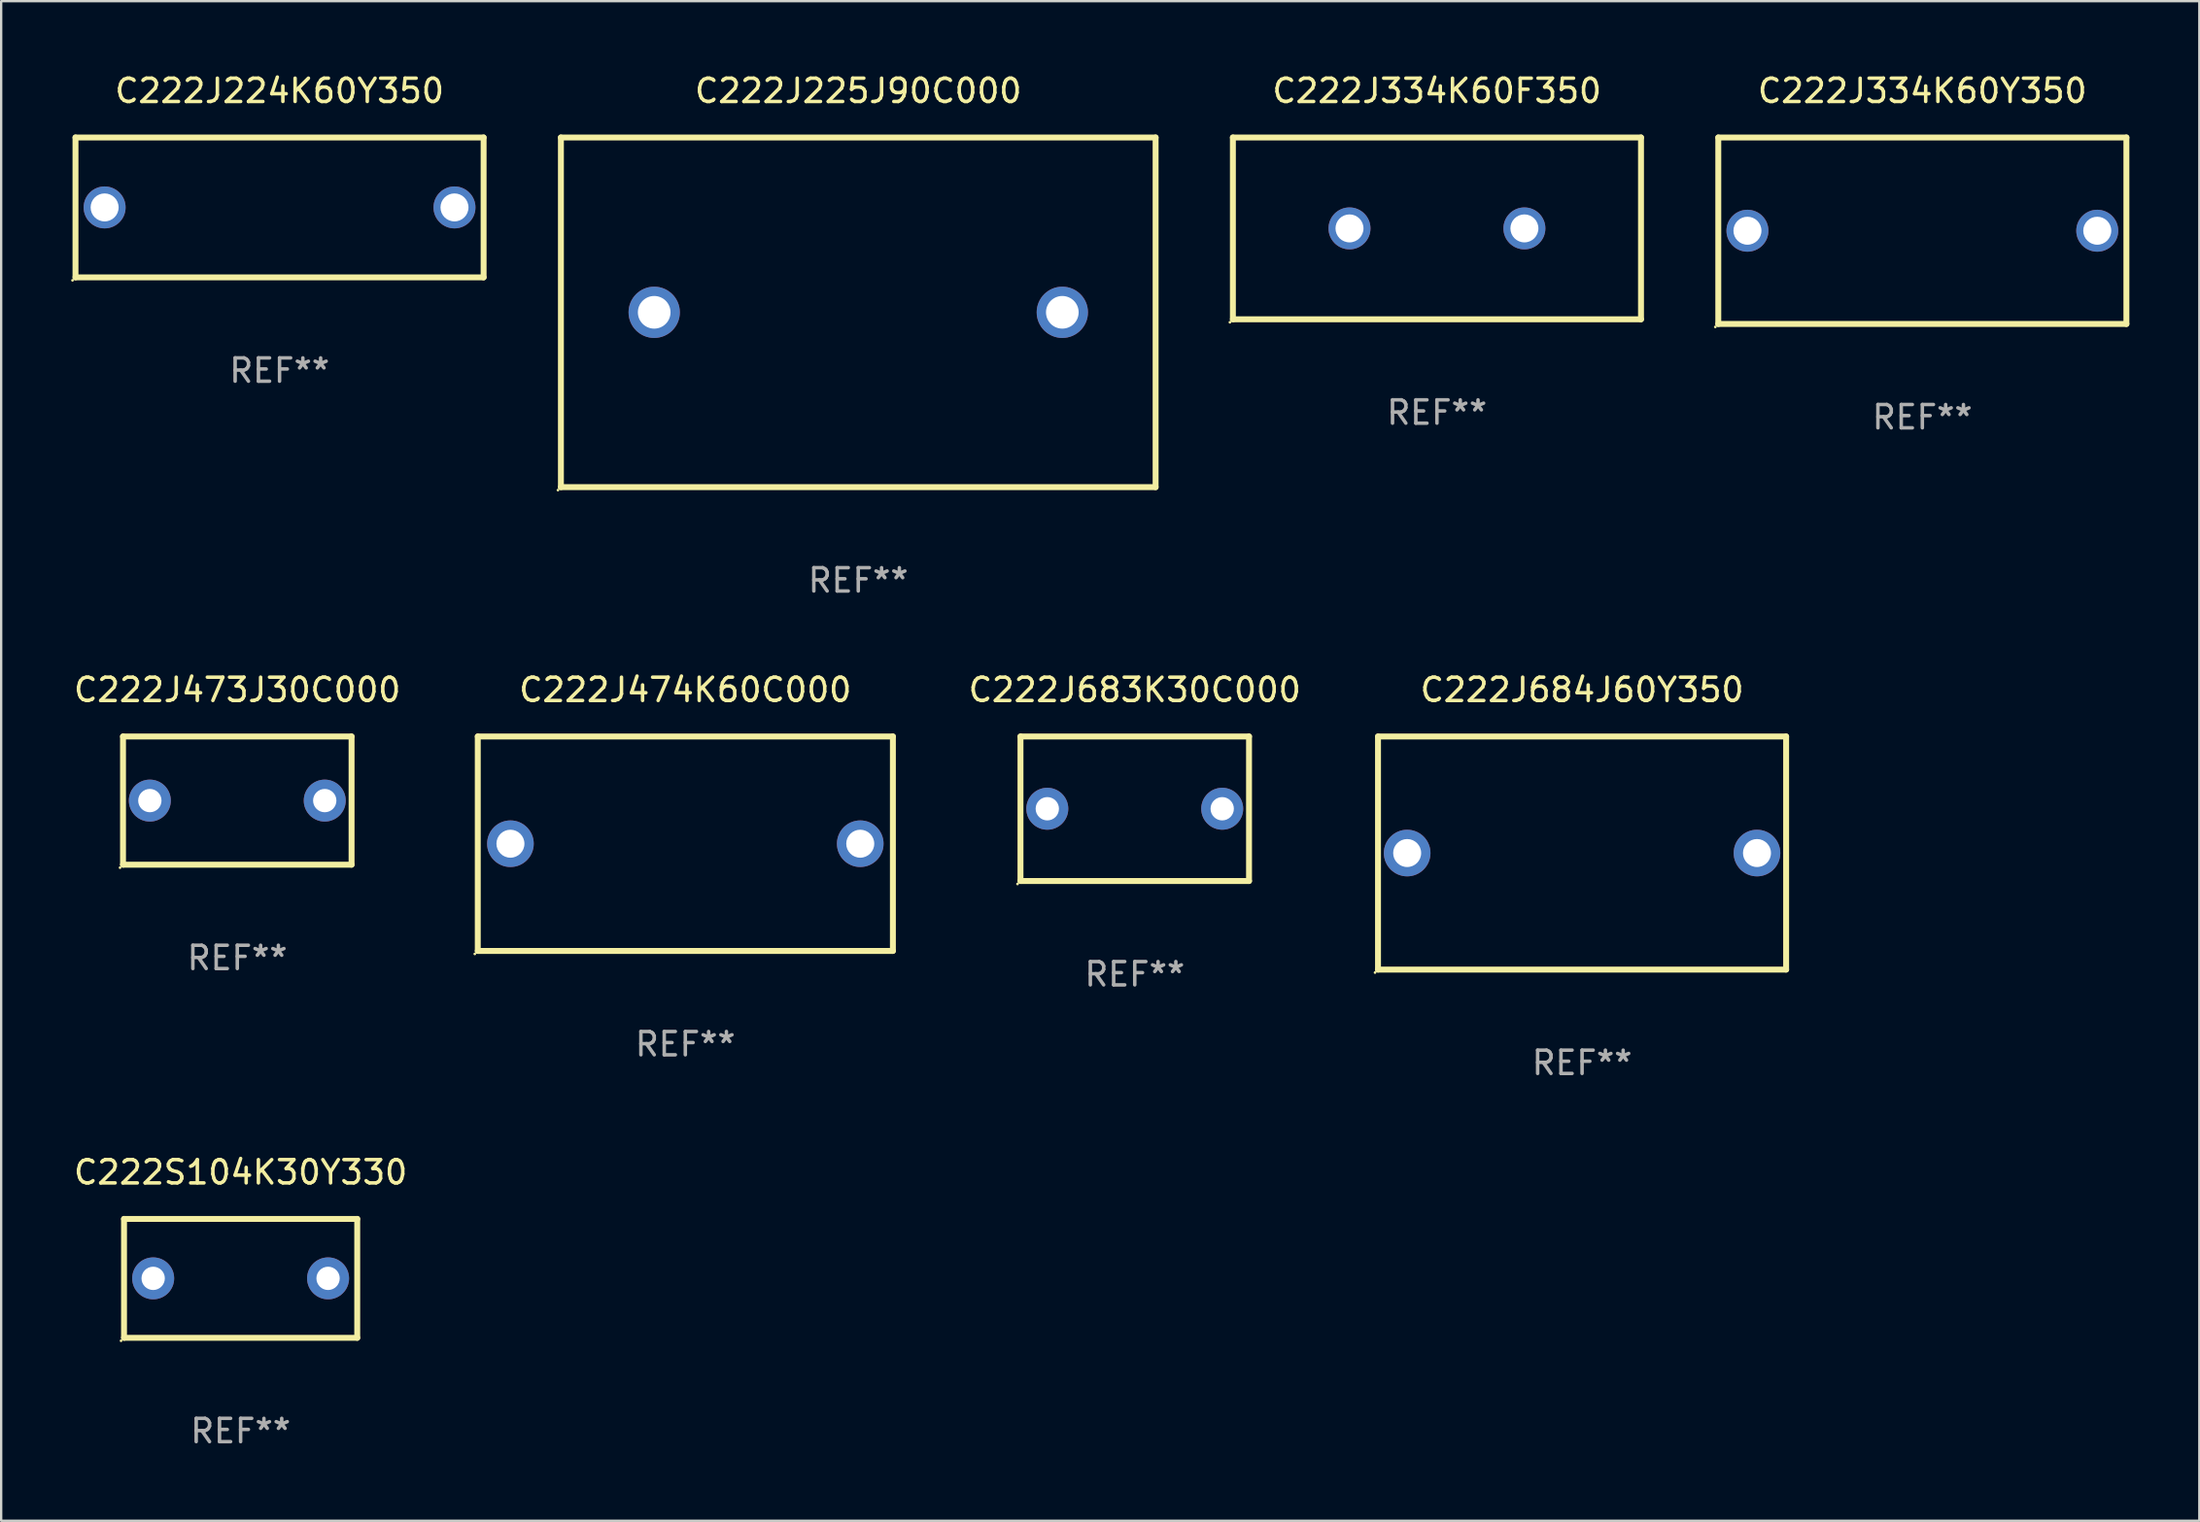
<source format=kicad_pcb>
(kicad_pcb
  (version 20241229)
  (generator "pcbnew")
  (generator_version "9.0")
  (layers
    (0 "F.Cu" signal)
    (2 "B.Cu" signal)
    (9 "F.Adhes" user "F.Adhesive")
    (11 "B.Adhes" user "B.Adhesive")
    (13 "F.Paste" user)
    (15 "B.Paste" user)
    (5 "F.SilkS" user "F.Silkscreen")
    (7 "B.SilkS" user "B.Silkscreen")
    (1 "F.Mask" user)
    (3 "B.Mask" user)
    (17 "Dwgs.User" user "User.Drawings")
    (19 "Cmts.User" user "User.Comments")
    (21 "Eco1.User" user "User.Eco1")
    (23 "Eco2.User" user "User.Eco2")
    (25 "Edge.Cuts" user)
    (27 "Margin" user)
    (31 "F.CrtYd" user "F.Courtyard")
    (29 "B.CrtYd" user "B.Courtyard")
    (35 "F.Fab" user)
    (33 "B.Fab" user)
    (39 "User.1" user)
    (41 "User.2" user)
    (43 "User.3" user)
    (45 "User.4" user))
  (footprint "C222S104K30Y330"
    (layer "F.Cu")
    (at 7.268 51.791)
    (property "Reference" "C222S104K30Y330" (at 0 -4.55 0) (layer "F.SilkS") (effects (font (size 1 1) (thickness 0.15))))
    (attr through_hole)
    (fp_line (start -5 -2.55) (end 5 -2.55) (stroke (width 0.254) (type solid)) (layer "F.SilkS"))
    (fp_line (start -5 2.55) (end -5 -2.55) (stroke (width 0.254) (type solid)) (layer "F.SilkS"))
    (fp_line (start -5 2.55) (end 5 2.55) (stroke (width 0.254) (type solid)) (layer "F.SilkS"))
    (fp_line (start 5 -2.55) (end 5 2.55) (stroke (width 0.254) (type solid)) (layer "F.SilkS"))
    (fp_circle (center -5.127 2.677) (end -5.097 2.677) (stroke (width 0.06) (type solid)) (fill no) (layer "F.SilkS"))
    (fp_text user "REF**" (at 0 6.55 0) (layer "F.Fab") (effects (font (size 1 1) (thickness 0.15))))
    (pad "1" thru_hole circle (at -3.75 0) (size 1.8 1.8) (drill 1) (layers "*.Cu" "*.Mask"))
    (pad "2" thru_hole circle (at 3.75 0) (size 1.8 1.8) (drill 1) (layers "*.Cu" "*.Mask")))
  (footprint "C222J224K60Y350"
    (layer "F.Cu")
    (at 8.937 5.848)
    (property "Reference" "C222J224K60Y350" (at 0 -5 0) (layer "F.SilkS") (effects (font (size 1 1) (thickness 0.15))))
    (attr through_hole)
    (fp_line (start -8.75 -3) (end 8.75 -3) (stroke (width 0.254) (type solid)) (layer "F.SilkS"))
    (fp_line (start -8.75 3) (end -8.75 -3) (stroke (width 0.254) (type solid)) (layer "F.SilkS"))
    (fp_line (start 8.75 -3) (end 8.75 3) (stroke (width 0.254) (type solid)) (layer "F.SilkS"))
    (fp_line (start 8.75 3) (end -8.75 3) (stroke (width 0.254) (type solid)) (layer "F.SilkS"))
    (fp_circle (center -8.877 3.127) (end -8.847 3.127) (stroke (width 0.06) (type solid)) (fill no) (layer "F.SilkS"))
    (fp_text user "REF**" (at 0 7 0) (layer "F.Fab") (effects (font (size 1 1) (thickness 0.15))))
    (pad "1" thru_hole circle (at -7.501 0) (size 1.8 1.8) (drill 1.2) (layers "*.Cu" "*.Mask"))
    (pad "2" thru_hole circle (at 7.501 0) (size 1.8 1.8) (drill 1.2) (layers "*.Cu" "*.Mask")))
  (footprint "C222J334K60F350"
    (layer "F.Cu")
    (at 58.566 6.748)
    (property "Reference" "C222J334K60F350" (at 0 -5.9 0) (layer "F.SilkS") (effects (font (size 1 1) (thickness 0.15))))
    (attr through_hole)
    (fp_line (start -8.75 -3.9) (end 8.75 -3.9) (stroke (width 0.254) (type solid)) (layer "F.SilkS"))
    (fp_line (start -8.75 3.9) (end -8.75 -3.9) (stroke (width 0.254) (type solid)) (layer "F.SilkS"))
    (fp_line (start 8.75 -3.9) (end 8.75 3.9) (stroke (width 0.254) (type solid)) (layer "F.SilkS"))
    (fp_line (start 8.75 3.9) (end -8.75 3.9) (stroke (width 0.254) (type solid)) (layer "F.SilkS"))
    (fp_circle (center -8.877 4.027) (end -8.847 4.027) (stroke (width 0.06) (type solid)) (fill no) (layer "F.SilkS"))
    (fp_text user "REF**" (at 0 7.9 0) (layer "F.Fab") (effects (font (size 1 1) (thickness 0.15))))
    (pad "1" thru_hole circle (at -3.75 0) (size 1.8 1.8) (drill 1.2) (layers "*.Cu" "*.Mask"))
    (pad "2" thru_hole circle (at 3.75 0) (size 1.8 1.8) (drill 1.2) (layers "*.Cu" "*.Mask")))
  (footprint "C222J225J90C000"
    (layer "F.Cu")
    (at 33.752 10.348)
    (property "Reference" "C222J225J90C000" (at 0 -9.5 0) (layer "F.SilkS") (effects (font (size 1 1) (thickness 0.15))))
    (attr through_hole)
    (fp_line (start -12.75 -7.5) (end 12.75 -7.5) (stroke (width 0.254) (type solid)) (layer "F.SilkS"))
    (fp_line (start -12.75 7.5) (end -12.75 -7.5) (stroke (width 0.254) (type solid)) (layer "F.SilkS"))
    (fp_line (start 12.75 -7.5) (end 12.75 7.5) (stroke (width 0.254) (type solid)) (layer "F.SilkS"))
    (fp_line (start 12.75 7.5) (end -12.75 7.5) (stroke (width 0.254) (type solid)) (layer "F.SilkS"))
    (fp_circle (center -12.877 7.627) (end -12.847 7.627) (stroke (width 0.06) (type solid)) (fill no) (layer "F.SilkS"))
    (fp_text user "REF**" (at 0 11.5 0) (layer "F.Fab") (effects (font (size 1 1) (thickness 0.15))))
    (pad "1" thru_hole circle (at -8.75 0) (size 2.2 2.2) (drill 1.4) (layers "*.Cu" "*.Mask"))
    (pad "2" thru_hole circle (at 8.75 0) (size 2.2 2.2) (drill 1.4) (layers "*.Cu" "*.Mask")))
  (footprint "C222J474K60C000"
    (layer "F.Cu")
    (at 26.337 33.145)
    (property "Reference" "C222J474K60C000" (at 0 -6.6 0) (layer "F.SilkS") (effects (font (size 1 1) (thickness 0.15))))
    (attr through_hole)
    (fp_line (start -8.9 -4.6) (end -8.9 4.6) (stroke (width 0.254) (type solid)) (layer "F.SilkS"))
    (fp_line (start -8.9 -4.6) (end 8.9 -4.6) (stroke (width 0.254) (type solid)) (layer "F.SilkS"))
    (fp_line (start -8.9 4.6) (end 8.9 4.6) (stroke (width 0.254) (type solid)) (layer "F.SilkS"))
    (fp_line (start 8.9 -4.6) (end 8.9 4.6) (stroke (width 0.254) (type solid)) (layer "F.SilkS"))
    (fp_circle (center -9.027 4.727) (end -8.997 4.727) (stroke (width 0.06) (type solid)) (fill no) (layer "F.SilkS"))
    (fp_text user "REF**" (at 0 8.6 0) (layer "F.Fab") (effects (font (size 1 1) (thickness 0.15))))
    (pad "1" thru_hole circle (at -7.5 0) (size 2 2) (drill 1.2) (layers "*.Cu" "*.Mask"))
    (pad "2" thru_hole circle (at 7.5 0) (size 2 2) (drill 1.2) (layers "*.Cu" "*.Mask")))
  (footprint "C222J473J30C000"
    (layer "F.Cu")
    (at 7.125 31.295)
    (property "Reference" "C222J473J30C000" (at 0 -4.75 0) (layer "F.SilkS") (effects (font (size 1 1) (thickness 0.15))))
    (attr through_hole)
    (fp_line (start -4.9 -2.75) (end -4.9 2.75) (stroke (width 0.254) (type solid)) (layer "F.SilkS"))
    (fp_line (start -4.9 -2.75) (end 4.9 -2.75) (stroke (width 0.254) (type solid)) (layer "F.SilkS"))
    (fp_line (start -4.9 2.75) (end 4.9 2.75) (stroke (width 0.254) (type solid)) (layer "F.SilkS"))
    (fp_line (start 4.9 -2.75) (end 4.9 2.75) (stroke (width 0.254) (type solid)) (layer "F.SilkS"))
    (fp_circle (center -5.027 2.877) (end -4.997 2.877) (stroke (width 0.06) (type solid)) (fill no) (layer "F.SilkS"))
    (fp_text user "REF**" (at 0 6.75 0) (layer "F.Fab") (effects (font (size 1 1) (thickness 0.15))))
    (pad "1" thru_hole circle (at -3.75 0) (size 1.8 1.8) (drill 1) (layers "*.Cu" "*.Mask"))
    (pad "2" thru_hole circle (at 3.75 0) (size 1.8 1.8) (drill 1) (layers "*.Cu" "*.Mask")))
  (footprint "C222J684J60Y350"
    (layer "F.Cu")
    (at 64.789 33.545)
    (property "Reference" "C222J684J60Y350" (at 0 -7 0) (layer "F.SilkS") (effects (font (size 1 1) (thickness 0.15))))
    (attr through_hole)
    (fp_line (start -8.75 -5) (end 8.75 -5) (stroke (width 0.254) (type solid)) (layer "F.SilkS"))
    (fp_line (start -8.75 5) (end -8.75 -5) (stroke (width 0.254) (type solid)) (layer "F.SilkS"))
    (fp_line (start 8.75 -5) (end 8.75 5) (stroke (width 0.254) (type solid)) (layer "F.SilkS"))
    (fp_line (start 8.75 5) (end -8.75 5) (stroke (width 0.254) (type solid)) (layer "F.SilkS"))
    (fp_circle (center -8.877 5.127) (end -8.847 5.127) (stroke (width 0.06) (type solid)) (fill no) (layer "F.SilkS"))
    (fp_text user "REF**" (at 0 9 0) (layer "F.Fab") (effects (font (size 1 1) (thickness 0.15))))
    (pad "1" thru_hole circle (at -7.5 0) (size 2 2) (drill 1.2) (layers "*.Cu" "*.Mask"))
    (pad "2" thru_hole circle (at 7.5 0) (size 2 2) (drill 1.2) (layers "*.Cu" "*.Mask")))
  (footprint "C222J334K60Y350"
    (layer "F.Cu")
    (at 79.38 6.848)
    (property "Reference" "C222J334K60Y350" (at 0 -6 0) (layer "F.SilkS") (effects (font (size 1 1) (thickness 0.15))))
    (attr through_hole)
    (fp_line (start -8.75 -4) (end 8.75 -4) (stroke (width 0.254) (type solid)) (layer "F.SilkS"))
    (fp_line (start -8.75 4) (end -8.75 -4) (stroke (width 0.254) (type solid)) (layer "F.SilkS"))
    (fp_line (start 8.75 -4) (end 8.75 4) (stroke (width 0.254) (type solid)) (layer "F.SilkS"))
    (fp_line (start 8.75 4) (end -8.75 4) (stroke (width 0.254) (type solid)) (layer "F.SilkS"))
    (fp_circle (center -8.877 4.127) (end -8.847 4.127) (stroke (width 0.06) (type solid)) (fill no) (layer "F.SilkS"))
    (fp_text user "REF**" (at 0 8 0) (layer "F.Fab") (effects (font (size 1 1) (thickness 0.15))))
    (pad "1" thru_hole circle (at -7.5 0) (size 1.8 1.8) (drill 1.2) (layers "*.Cu" "*.Mask"))
    (pad "2" thru_hole circle (at 7.5 0) (size 1.8 1.8) (drill 1.2) (layers "*.Cu" "*.Mask")))
  (footprint "C222J683K30C000"
    (layer "F.Cu")
    (at 45.608 31.645)
    (property "Reference" "C222J683K30C000" (at 0 -5.1 0) (layer "F.SilkS") (effects (font (size 1 1) (thickness 0.15))))
    (attr through_hole)
    (fp_line (start -4.9 -3.1) (end -4.9 3.1) (stroke (width 0.254) (type solid)) (layer "F.SilkS"))
    (fp_line (start -4.9 -3.1) (end 4.9 -3.1) (stroke (width 0.254) (type solid)) (layer "F.SilkS"))
    (fp_line (start -4.9 3.1) (end 4.9 3.1) (stroke (width 0.254) (type solid)) (layer "F.SilkS"))
    (fp_line (start 4.9 -3.1) (end 4.9 3.1) (stroke (width 0.254) (type solid)) (layer "F.SilkS"))
    (fp_circle (center -5.027 3.227) (end -4.997 3.227) (stroke (width 0.06) (type solid)) (fill no) (layer "F.SilkS"))
    (fp_text user "REF**" (at 0 7.1 0) (layer "F.Fab") (effects (font (size 1 1) (thickness 0.15))))
    (pad "1" thru_hole circle (at -3.75 0) (size 1.8 1.8) (drill 1) (layers "*.Cu" "*.Mask"))
    (pad "2" thru_hole circle (at 3.75 0) (size 1.8 1.8) (drill 1) (layers "*.Cu" "*.Mask")))
  (gr_rect
    (start -3 -3)
    (end 91.257 62.19)
    (stroke (width 0.1) (type default))
    (fill no)
    (layer "Edge.Cuts")))
</source>
